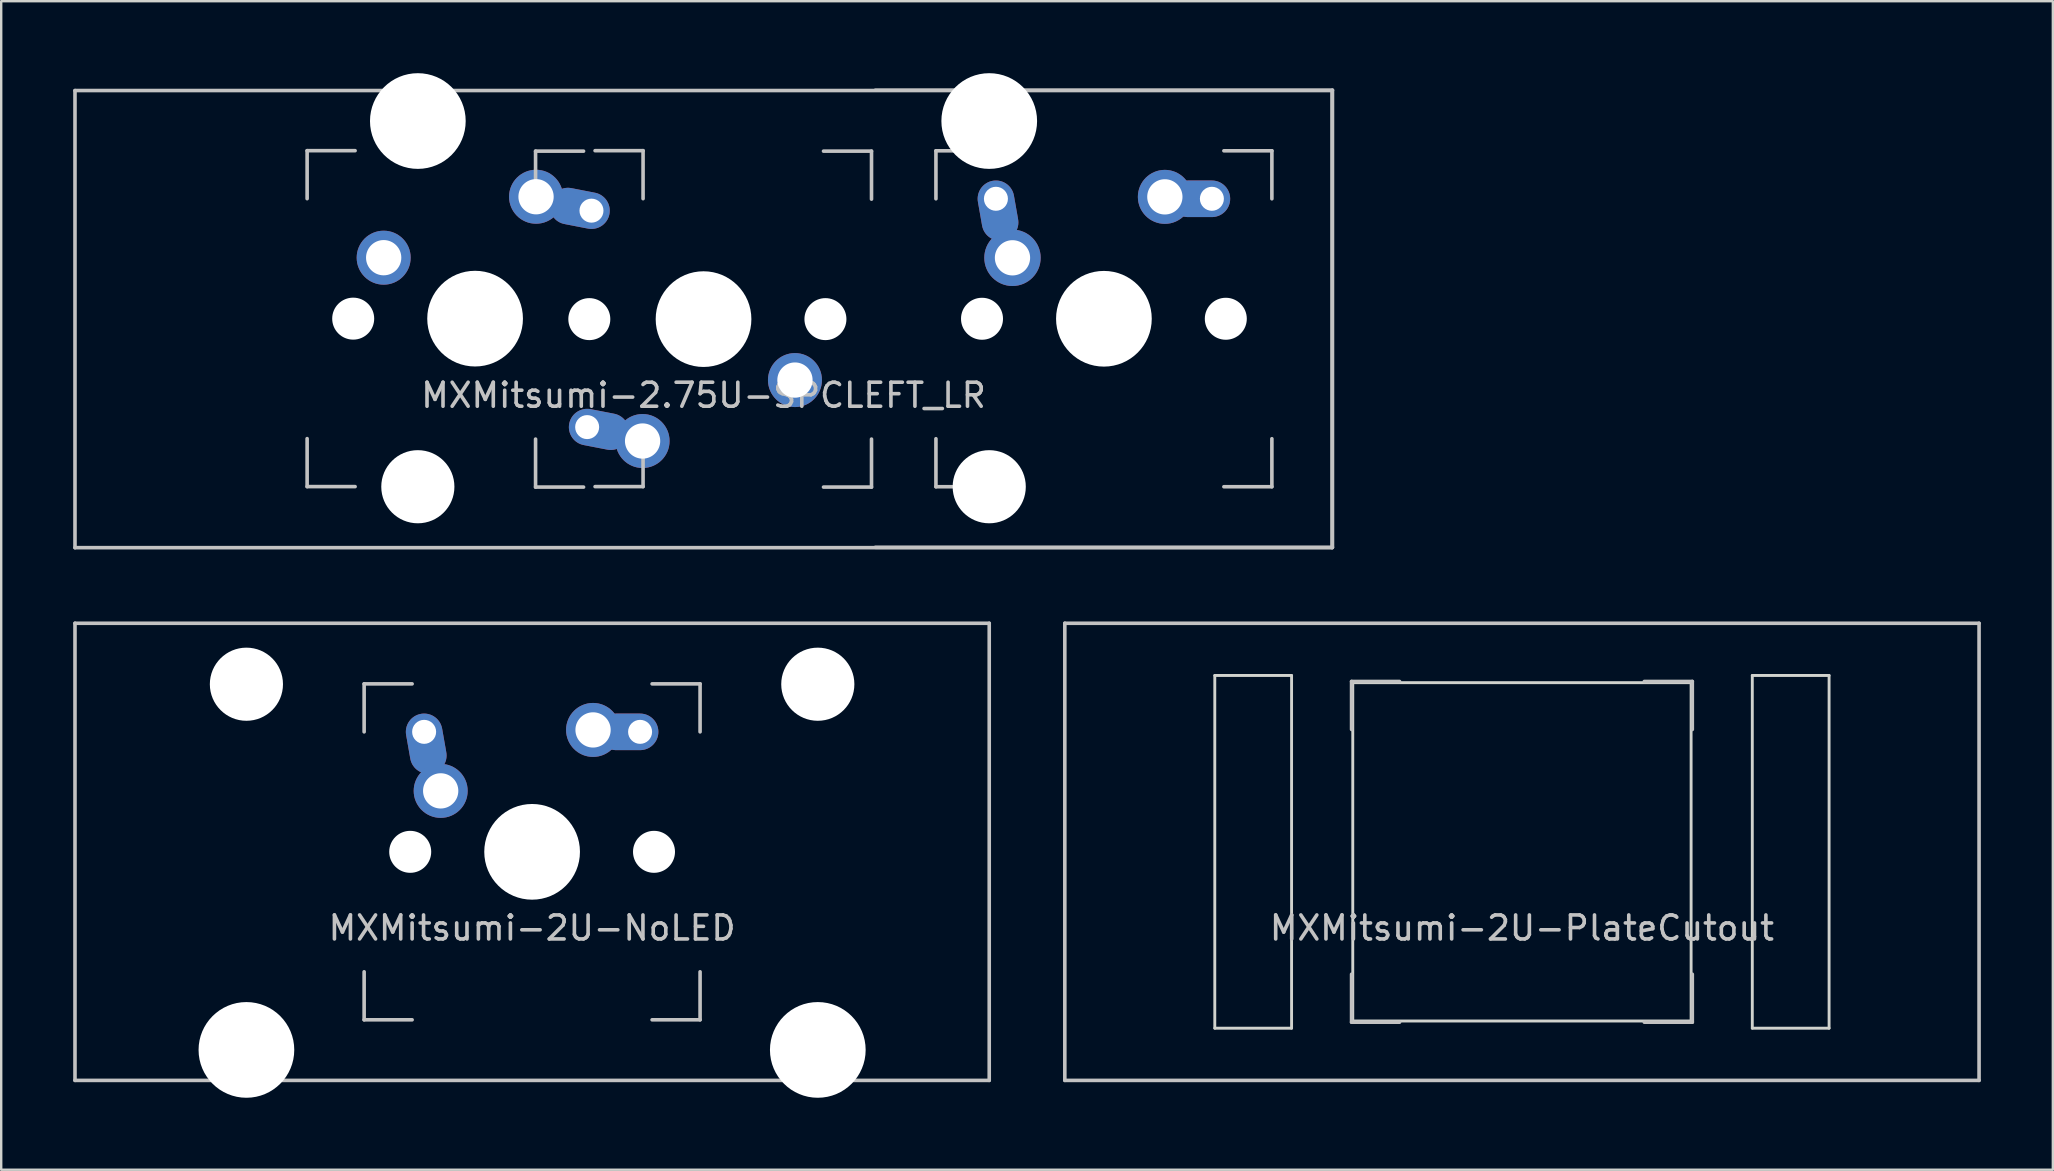
<source format=kicad_pcb>
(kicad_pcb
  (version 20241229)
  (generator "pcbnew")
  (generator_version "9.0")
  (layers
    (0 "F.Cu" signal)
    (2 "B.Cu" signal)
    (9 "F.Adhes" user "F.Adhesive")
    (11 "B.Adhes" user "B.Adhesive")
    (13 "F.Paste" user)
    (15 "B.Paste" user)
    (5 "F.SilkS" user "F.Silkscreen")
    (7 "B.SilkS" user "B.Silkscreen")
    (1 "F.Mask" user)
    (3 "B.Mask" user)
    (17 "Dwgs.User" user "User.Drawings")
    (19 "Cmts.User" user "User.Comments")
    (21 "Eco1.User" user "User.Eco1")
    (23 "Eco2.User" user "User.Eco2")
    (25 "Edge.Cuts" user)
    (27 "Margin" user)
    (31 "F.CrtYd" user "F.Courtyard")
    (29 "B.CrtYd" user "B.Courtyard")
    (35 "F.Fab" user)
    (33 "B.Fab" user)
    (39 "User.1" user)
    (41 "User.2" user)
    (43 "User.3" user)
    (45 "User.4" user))
  (footprint "MXMitsumi-2.75U-SPCLEFT_LR"
    (layer "F.Cu")
    (at 26.269 10.249)
    (property "Reference" "MXMitsumi-2.75U-SPCLEFT_LR" (at 0 3.175 0) (layer "Dwgs.User") (effects (font (size 1 1) (thickness 0.15))))
    (attr through_hole)
    (fp_line (start -26.194 -9.525) (end 26.194 -9.525) (stroke (width 0.15) (type solid)) (layer "Dwgs.User"))
    (fp_line (start -26.194 9.525) (end -26.194 -9.525) (stroke (width 0.15) (type solid)) (layer "Dwgs.User"))
    (fp_line (start -26.194 9.525) (end 26.194 9.525) (stroke (width 0.15) (type solid)) (layer "Dwgs.User"))
    (fp_line (start -16.52 -7.02) (end -16.52 -5.02) (stroke (width 0.15) (type solid)) (layer "Dwgs.User"))
    (fp_line (start -16.52 4.98) (end -16.52 6.98) (stroke (width 0.15) (type solid)) (layer "Dwgs.User"))
    (fp_line (start -16.52 6.98) (end -14.52 6.98) (stroke (width 0.15) (type solid)) (layer "Dwgs.User"))
    (fp_line (start -14.52 -7.02) (end -16.52 -7.02) (stroke (width 0.15) (type solid)) (layer "Dwgs.User"))
    (fp_line (start -7 -7) (end -7 -5) (stroke (width 0.15) (type solid)) (layer "Dwgs.User"))
    (fp_line (start -7 5) (end -7 7) (stroke (width 0.15) (type solid)) (layer "Dwgs.User"))
    (fp_line (start -7 7) (end -5 7) (stroke (width 0.15) (type solid)) (layer "Dwgs.User"))
    (fp_line (start -5 -7) (end -7 -7) (stroke (width 0.15) (type solid)) (layer "Dwgs.User"))
    (fp_line (start -4.52 -7.02) (end -2.52 -7.02) (stroke (width 0.15) (type solid)) (layer "Dwgs.User"))
    (fp_line (start -4.52 6.98) (end -2.52 6.98) (stroke (width 0.15) (type solid)) (layer "Dwgs.User"))
    (fp_line (start -2.52 -7.02) (end -2.52 -5.02) (stroke (width 0.15) (type solid)) (layer "Dwgs.User"))
    (fp_line (start -2.52 6.98) (end -2.52 4.98) (stroke (width 0.15) (type solid)) (layer "Dwgs.User"))
    (fp_line (start 5 -7) (end 7 -7) (stroke (width 0.15) (type solid)) (layer "Dwgs.User"))
    (fp_line (start 5 7) (end 7 7) (stroke (width 0.15) (type solid)) (layer "Dwgs.User"))
    (fp_line (start 7 -7) (end 7 -5) (stroke (width 0.15) (type solid)) (layer "Dwgs.User"))
    (fp_line (start 7 7) (end 7 5) (stroke (width 0.15) (type solid)) (layer "Dwgs.User"))
    (fp_line (start 7.16 -9.54) (end 26.21 -9.54) (stroke (width 0.15) (type solid)) (layer "Dwgs.User"))
    (fp_line (start 9.685 -7.015) (end 9.685 -5.015) (stroke (width 0.15) (type solid)) (layer "Dwgs.User"))
    (fp_line (start 9.685 4.985) (end 9.685 6.985) (stroke (width 0.15) (type solid)) (layer "Dwgs.User"))
    (fp_line (start 9.685 6.985) (end 11.685 6.985) (stroke (width 0.15) (type solid)) (layer "Dwgs.User"))
    (fp_line (start 11.685 -7.015) (end 9.685 -7.015) (stroke (width 0.15) (type solid)) (layer "Dwgs.User"))
    (fp_line (start 21.685 -7.015) (end 23.685 -7.015) (stroke (width 0.15) (type solid)) (layer "Dwgs.User"))
    (fp_line (start 21.685 6.985) (end 23.685 6.985) (stroke (width 0.15) (type solid)) (layer "Dwgs.User"))
    (fp_line (start 23.685 -7.015) (end 23.685 -5.015) (stroke (width 0.15) (type solid)) (layer "Dwgs.User"))
    (fp_line (start 23.685 6.985) (end 23.685 4.985) (stroke (width 0.15) (type solid)) (layer "Dwgs.User"))
    (fp_line (start 26.194 -9.525) (end 26.194 9.525) (stroke (width 0.15) (type solid)) (layer "Dwgs.User"))
    (fp_line (start 26.21 -9.54) (end 26.21 9.51) (stroke (width 0.15) (type solid)) (layer "Dwgs.User"))
    (fp_line (start 26.21 9.51) (end 7.16 9.51) (stroke (width 0.15) (type solid)) (layer "Dwgs.User"))
    (pad "" np_thru_hole circle (at -14.6 -0.02 48.1) (size 1.75 1.75) (drill 1.75) (layers "*.Cu" "*.Mask"))
    (pad "" np_thru_hole circle (at -11.906 -8.255) (size 3.988 3.988) (drill 3.988) (layers "*.Cu" "*.Mask"))
    (pad "" np_thru_hole circle (at -11.906 6.985) (size 3.048 3.048) (drill 3.048) (layers "*.Cu" "*.Mask"))
    (pad "" np_thru_hole circle (at -9.52 -0.02) (size 3.988 3.988) (drill 3.988) (layers "*.Cu" "*.Mask"))
    (pad "" np_thru_hole circle (at -4.76 0 48.099) (size 1.75 1.75) (drill 2.3) (layers "*.Cu" "*.Mask"))
    (pad "" np_thru_hole circle (at 0 0) (size 3.988 3.988) (drill 3.988) (layers "*.Cu" "*.Mask"))
    (pad "" np_thru_hole circle (at 5.08 0 48.1) (size 1.75 1.75) (drill 1.75) (layers "*.Cu" "*.Mask"))
    (pad "" np_thru_hole circle (at 11.605 -0.015 48.1) (size 1.75 1.75) (drill 1.75) (layers "*.Cu" "*.Mask"))
    (pad "" np_thru_hole circle (at 11.906 -8.255) (size 3.988 3.988) (drill 3.988) (layers "*.Cu" "*.Mask"))
    (pad "" np_thru_hole circle (at 11.906 6.985) (size 3.048 3.048) (drill 3.048) (layers "*.Cu" "*.Mask"))
    (pad "" np_thru_hole circle (at 16.685 -0.015) (size 3.988 3.988) (drill 3.988) (layers "*.Cu" "*.Mask"))
    (pad "" np_thru_hole circle (at 21.765 -0.015 48.1) (size 1.75 1.75) (drill 1.75) (layers "*.Cu" "*.Mask"))
    (pad "1" thru_hole circle (at -13.33 -2.56) (size 2.25 2.25) (drill 1.47) (layers "*.Cu" "B.Mask"))
    (pad "1" thru_hole oval (at -4.85 4.5 349) (size 2.524 1.524) (drill 1 (offset 0.5 0)) (layers "*.Cu" "B.Mask"))
    (pad "1" thru_hole circle (at -2.54 5.08) (size 2.25 2.25) (drill 1.47) (layers "*.Cu" "B.Mask"))
    (pad "2" thru_hole circle (at -6.98 -5.1) (size 2.25 2.25) (drill 1.47) (layers "*.Cu" "B.Mask"))
    (pad "2" thru_hole oval (at -4.67 -4.52 349) (size 2.524 1.524) (drill 1 (offset -0.5 0)) (layers "*.Cu" "B.Mask"))
    (pad "2" thru_hole circle (at 3.81 2.54) (size 2.25 2.25) (drill 1.47) (layers "*.Cu" "B.Mask"))
    (pad "3" thru_hole oval (at 12.185 -5.015 280) (size 2.524 1.524) (drill 1 (offset 0.5 0)) (layers "*.Cu" "B.Mask"))
    (pad "3" thru_hole circle (at 12.875 -2.555) (size 2.35 2.35) (drill 1.47) (layers "*.Cu" "B.Mask"))
    (pad "4" thru_hole circle (at 19.225 -5.095) (size 2.25 2.25) (drill 1.47) (layers "*.Cu" "B.Mask"))
    (pad "4" thru_hole oval (at 21.185 -5.015) (size 2.524 1.524) (drill 1 (offset -0.5 0)) (layers "*.Cu" "B.Mask")))
  (footprint "MXMitsumi-2U-PlateCutout"
    (layer "F.Cu")
    (at 60.375 32.449)
    (property "Reference" "MXMitsumi-2U-PlateCutout" (at 0 3.175 0) (layer "Dwgs.User") (effects (font (size 1 1) (thickness 0.15))))
    (attr through_hole)
    (fp_line (start -19.05 -9.525) (end 19.05 -9.525) (stroke (width 0.15) (type solid)) (layer "Dwgs.User"))
    (fp_line (start -19.05 9.525) (end -19.05 -9.525) (stroke (width 0.15) (type solid)) (layer "Dwgs.User"))
    (fp_line (start -19.05 9.525) (end 19.05 9.525) (stroke (width 0.15) (type solid)) (layer "Dwgs.User"))
    (fp_line (start -7.1 -7.1) (end -7.1 -5.1) (stroke (width 0.15) (type solid)) (layer "Dwgs.User"))
    (fp_line (start -7.1 5.1) (end -7.1 7.1) (stroke (width 0.15) (type solid)) (layer "Dwgs.User"))
    (fp_line (start -7.1 7.1) (end -5.1 7.1) (stroke (width 0.15) (type solid)) (layer "Dwgs.User"))
    (fp_line (start -5.1 -7.1) (end -7.1 -7.1) (stroke (width 0.15) (type solid)) (layer "Dwgs.User"))
    (fp_line (start 5.1 -7.1) (end 7.1 -7.1) (stroke (width 0.15) (type solid)) (layer "Dwgs.User"))
    (fp_line (start 5.1 7.1) (end 7.1 7.1) (stroke (width 0.15) (type solid)) (layer "Dwgs.User"))
    (fp_line (start 7.1 -7.1) (end 7.1 -5.1) (stroke (width 0.15) (type solid)) (layer "Dwgs.User"))
    (fp_line (start 7.1 7.1) (end 7.1 5.1) (stroke (width 0.15) (type solid)) (layer "Dwgs.User"))
    (fp_line (start 19.05 -9.525) (end 19.05 9.525) (stroke (width 0.15) (type solid)) (layer "Dwgs.User"))
    (fp_line (start -12.8 -7.35) (end -12.8 7.35) (stroke (width 0.12) (type solid)) (layer "Edge.Cuts"))
    (fp_line (start -12.8 7.35) (end -9.6 7.35) (stroke (width 0.12) (type solid)) (layer "Edge.Cuts"))
    (fp_line (start -9.6 -7.35) (end -12.8 -7.35) (stroke (width 0.12) (type solid)) (layer "Edge.Cuts"))
    (fp_line (start -9.6 7.35) (end -9.6 -7.35) (stroke (width 0.12) (type solid)) (layer "Edge.Cuts"))
    (fp_line (start -7.05 -7.05) (end 7.05 -7.05) (stroke (width 0.12) (type solid)) (layer "Edge.Cuts"))
    (fp_line (start -7.05 7.05) (end -7.05 -7.05) (stroke (width 0.12) (type solid)) (layer "Edge.Cuts"))
    (fp_line (start 7.05 -7.05) (end 7.05 7.05) (stroke (width 0.12) (type solid)) (layer "Edge.Cuts"))
    (fp_line (start 7.05 7.05) (end -7.05 7.05) (stroke (width 0.12) (type solid)) (layer "Edge.Cuts"))
    (fp_line (start 9.6 -7.35) (end 12.8 -7.35) (stroke (width 0.12) (type solid)) (layer "Edge.Cuts"))
    (fp_line (start 9.6 7.35) (end 9.6 -7.35) (stroke (width 0.12) (type solid)) (layer "Edge.Cuts"))
    (fp_line (start 12.8 -7.35) (end 12.8 7.35) (stroke (width 0.12) (type solid)) (layer "Edge.Cuts"))
    (fp_line (start 12.8 7.35) (end 9.6 7.35) (stroke (width 0.12) (type solid)) (layer "Edge.Cuts")))
  (footprint "MXMitsumi-2U-NoLED"
    (layer "F.Cu")
    (at 19.125 32.449)
    (property "Reference" "MXMitsumi-2U-NoLED" (at 0 3.175 0) (layer "Dwgs.User") (effects (font (size 1 1) (thickness 0.15))))
    (attr through_hole)
    (fp_line (start -19.05 -9.525) (end 19.05 -9.525) (stroke (width 0.15) (type solid)) (layer "Dwgs.User"))
    (fp_line (start -19.05 9.525) (end -19.05 -9.525) (stroke (width 0.15) (type solid)) (layer "Dwgs.User"))
    (fp_line (start -19.05 9.525) (end 19.05 9.525) (stroke (width 0.15) (type solid)) (layer "Dwgs.User"))
    (fp_line (start -7 -7) (end -7 -5) (stroke (width 0.15) (type solid)) (layer "Dwgs.User"))
    (fp_line (start -7 5) (end -7 7) (stroke (width 0.15) (type solid)) (layer "Dwgs.User"))
    (fp_line (start -7 7) (end -5 7) (stroke (width 0.15) (type solid)) (layer "Dwgs.User"))
    (fp_line (start -5 -7) (end -7 -7) (stroke (width 0.15) (type solid)) (layer "Dwgs.User"))
    (fp_line (start 5 -7) (end 7 -7) (stroke (width 0.15) (type solid)) (layer "Dwgs.User"))
    (fp_line (start 5 7) (end 7 7) (stroke (width 0.15) (type solid)) (layer "Dwgs.User"))
    (fp_line (start 7 -7) (end 7 -5) (stroke (width 0.15) (type solid)) (layer "Dwgs.User"))
    (fp_line (start 7 7) (end 7 5) (stroke (width 0.15) (type solid)) (layer "Dwgs.User"))
    (fp_line (start 19.05 -9.525) (end 19.05 9.525) (stroke (width 0.15) (type solid)) (layer "Dwgs.User"))
    (pad "" np_thru_hole circle (at -11.906 -6.985) (size 3.048 3.048) (drill 3.048) (layers "*.Cu" "*.Mask"))
    (pad "" np_thru_hole circle (at -11.906 8.255) (size 3.988 3.988) (drill 3.988) (layers "*.Cu" "*.Mask"))
    (pad "" np_thru_hole circle (at -5.08 0 48.1) (size 1.75 1.75) (drill 1.75) (layers "*.Cu" "*.Mask"))
    (pad "" np_thru_hole circle (at 0 0) (size 3.988 3.988) (drill 3.988) (layers "*.Cu" "*.Mask"))
    (pad "" np_thru_hole circle (at 5.08 0 48.1) (size 1.75 1.75) (drill 1.75) (layers "*.Cu" "*.Mask"))
    (pad "" np_thru_hole circle (at 11.906 -6.985) (size 3.048 3.048) (drill 3.048) (layers "*.Cu" "*.Mask"))
    (pad "" np_thru_hole circle (at 11.906 8.255) (size 3.988 3.988) (drill 3.988) (layers "*.Cu" "*.Mask"))
    (pad "1" thru_hole oval (at -4.5 -5 280) (size 2.524 1.524) (drill 1 (offset 0.5 0)) (layers "*.Cu" "B.Mask"))
    (pad "1" thru_hole circle (at -3.81 -2.54) (size 2.25 2.25) (drill 1.47) (layers "*.Cu" "B.Mask"))
    (pad "2" thru_hole circle (at 2.54 -5.08) (size 2.25 2.25) (drill 1.47) (layers "*.Cu" "B.Mask"))
    (pad "2" thru_hole oval (at 4.5 -5) (size 2.524 1.524) (drill 1 (offset -0.5 0)) (layers "*.Cu" "B.Mask")))
  (gr_rect
    (start -3 -3)
    (end 82.5 45.698)
    (stroke (width 0.1) (type default))
    (fill no)
    (layer "Edge.Cuts")))
</source>
